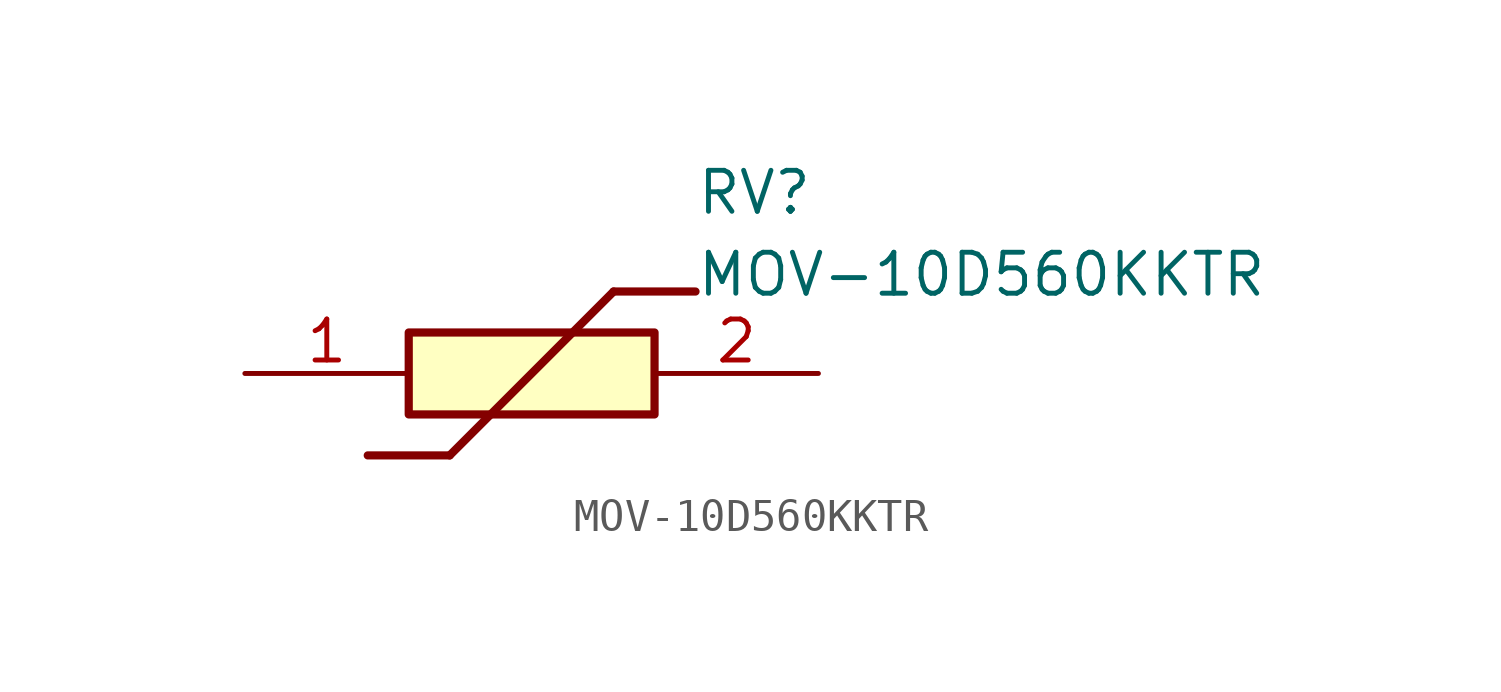
<source format=kicad_sym>
(kicad_symbol_lib
  (version 20211014)
  (generator SamacSys_ECAD_Model)
  (symbol "MOV-10D560KKTR"
    (pin_names hide)
    (property "Reference" "RV"
      (at 13.97 6.35 0)
      (effects (font (size 1.27 1.27)) (justify left top)))
    (property "Value" "MOV-10D560KKTR"
      (at 13.97 3.81 0)
      (effects (font (size 1.27 1.27)) (justify left top)))
    (rectangle
      (start 5.08 1.27)
      (end 12.7 -1.27)
      (stroke (width 0.254) (type default))
      (fill (type background)))
    (polyline
      (pts (xy 3.81 -2.54) (xy 6.35 -2.54))
      (stroke (width 0.254) (type default))
      (fill (type none)))
    (polyline
      (pts (xy 11.43 2.54) (xy 6.35 -2.54))
      (stroke (width 0.254) (type default))
      (fill (type none)))
    (polyline
      (pts (xy 11.43 2.54) (xy 13.97 2.54))
      (stroke (width 0.254) (type default))
      (fill (type none)))
    (pin passive line
      (at 0 0 0)
      (length 5.08)
      (name "1" (effects (font (size 1.27 1.27))))
      (number "1" (effects (font (size 1.27 1.27)))))
    (pin passive line
      (at 17.78 0 180)
      (length 5.08)
      (name "2" (effects (font (size 1.27 1.27))))
      (number "2" (effects (font (size 1.27 1.27)))))))
</source>
